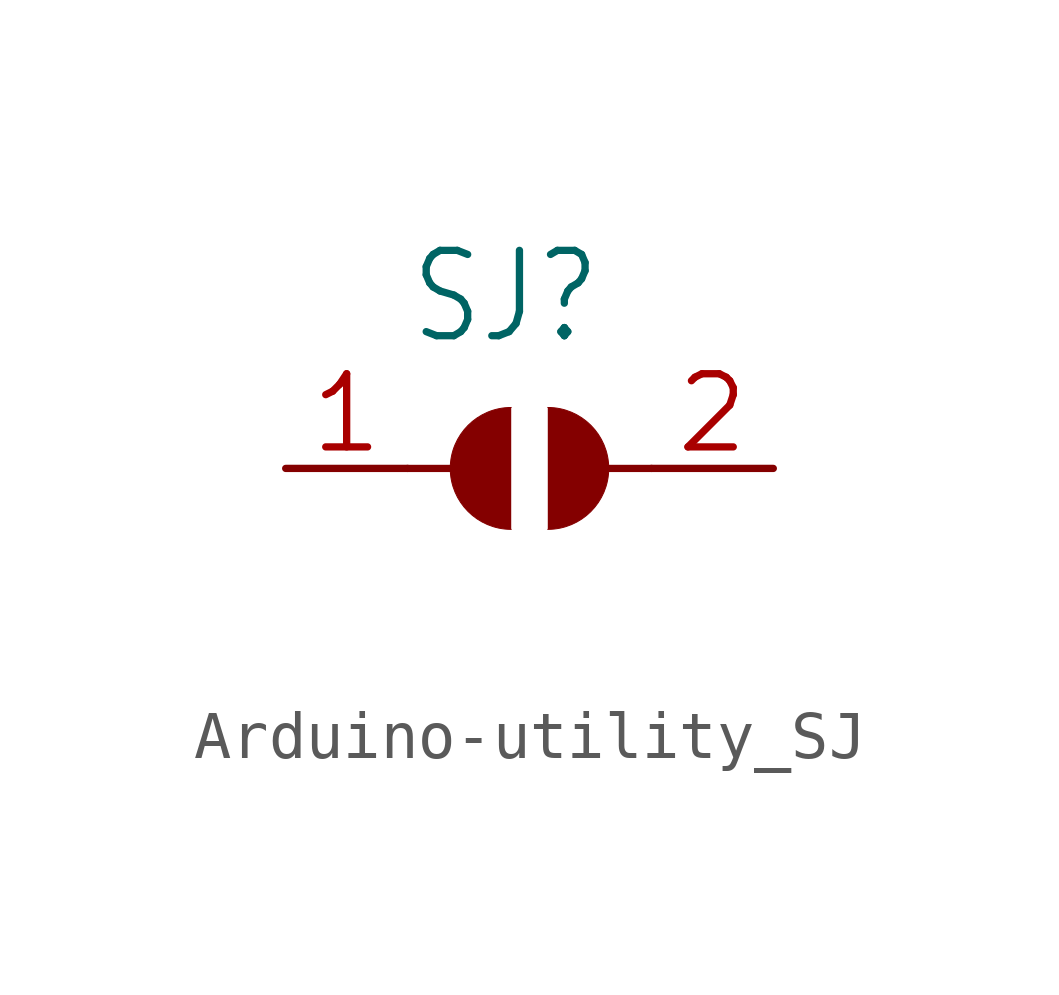
<source format=kicad_sym>
(kicad_symbol_lib
  (version 20241209)
  (generator "kicad_symbol_editor")
  (generator_version "9.0")
  (symbol "Arduino-utility_SJ"
    (property "Reference" "SJ"
      (at -2.54 2.54 0)
      (effects (font (size 1.778 1.511)) (justify left bottom)))
    (property "Value" ""
      (at -2.54 -3.81 0)
      (effects (font (size 1.778 1.511)) (justify left bottom)))
    (property "ki_locked" ""
      (at 0 0 0)
      (effects (font (size 1.27 1.27))))
    (symbol "Arduino-utility_SJ_1_0"
      (polyline (pts (xy -2.54 0) (xy -1.651 0)) (stroke (width 0.152) (type solid)) (fill (type none)))
      (arc (start -0.381 -1.27) (mid -1.651 0) (end -0.381 1.27) (stroke (width 0.0001) (type solid)) (fill (type outline)))
      (arc (start 0.381 1.27) (mid 1.651 0) (end 0.381 -1.27) (stroke (width 0.0001) (type solid)) (fill (type outline)))
      (polyline (pts (xy 2.54 0) (xy 1.651 0)) (stroke (width 0.152) (type solid)) (fill (type none)))
      (pin passive line (at -5.08 0 0) (length 2.54) (name "1" (effects (font (size 0 0)))) (number "1" (effects (font (size 1.524 1.524)))))
      (pin passive line (at 5.08 0 180) (length 2.54) (name "2" (effects (font (size 0 0)))) (number "2" (effects (font (size 1.524 1.524))))))))
</source>
